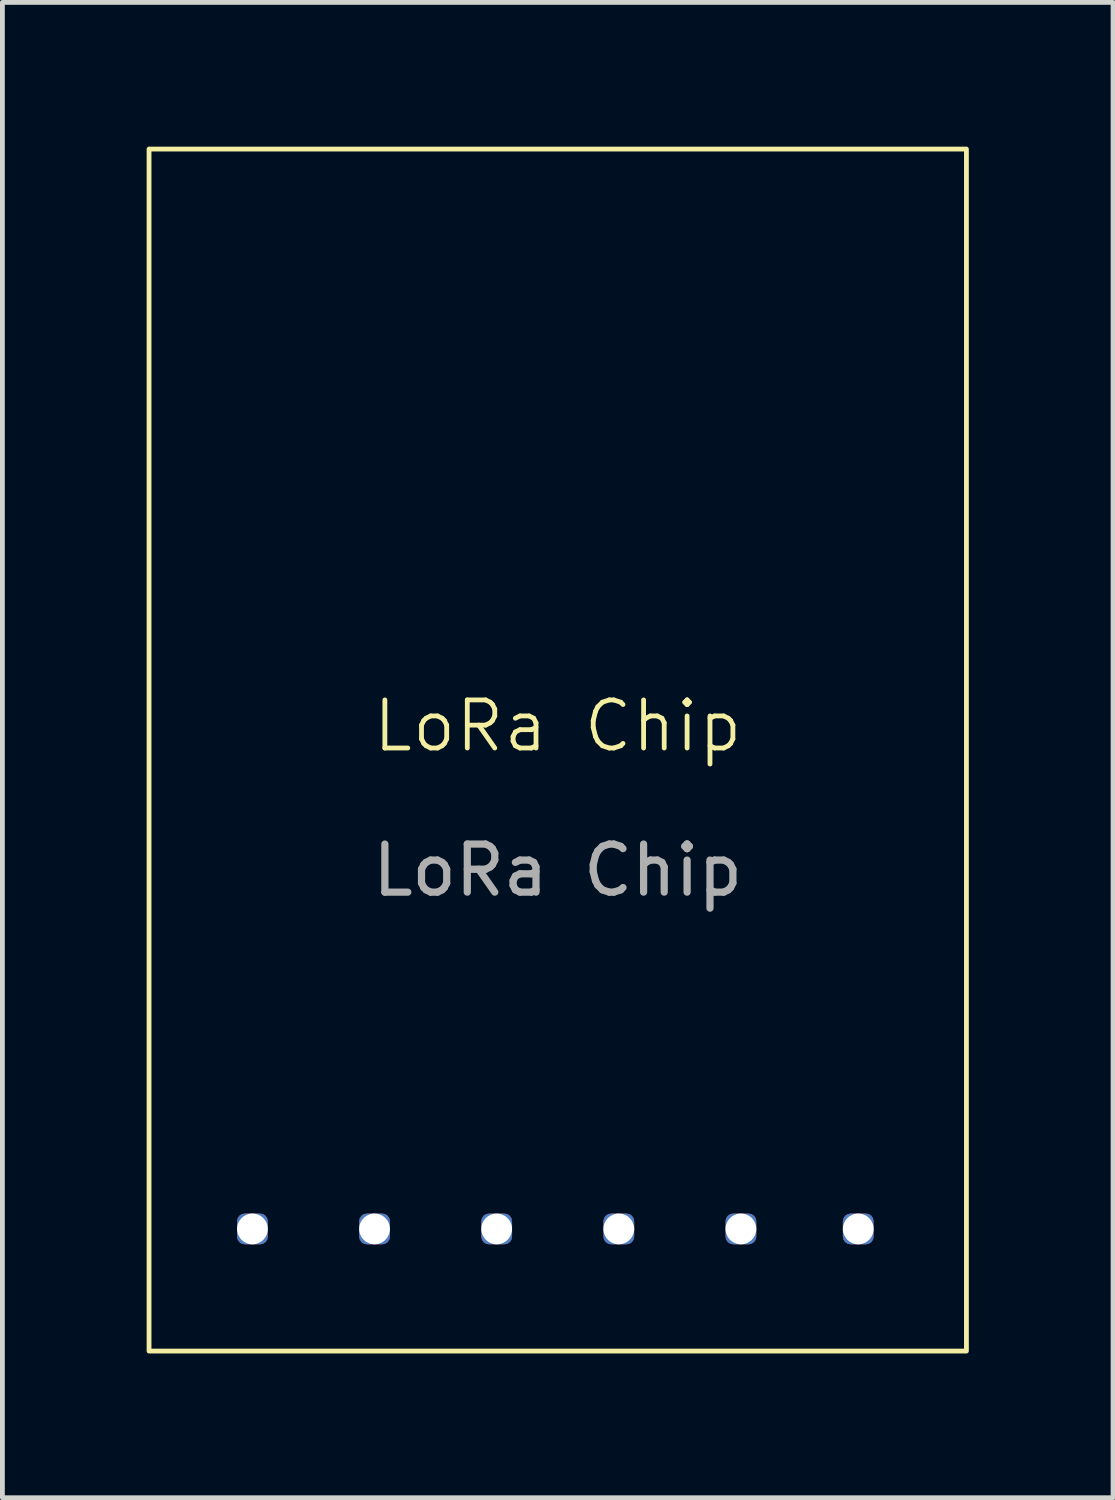
<source format=kicad_pcb>
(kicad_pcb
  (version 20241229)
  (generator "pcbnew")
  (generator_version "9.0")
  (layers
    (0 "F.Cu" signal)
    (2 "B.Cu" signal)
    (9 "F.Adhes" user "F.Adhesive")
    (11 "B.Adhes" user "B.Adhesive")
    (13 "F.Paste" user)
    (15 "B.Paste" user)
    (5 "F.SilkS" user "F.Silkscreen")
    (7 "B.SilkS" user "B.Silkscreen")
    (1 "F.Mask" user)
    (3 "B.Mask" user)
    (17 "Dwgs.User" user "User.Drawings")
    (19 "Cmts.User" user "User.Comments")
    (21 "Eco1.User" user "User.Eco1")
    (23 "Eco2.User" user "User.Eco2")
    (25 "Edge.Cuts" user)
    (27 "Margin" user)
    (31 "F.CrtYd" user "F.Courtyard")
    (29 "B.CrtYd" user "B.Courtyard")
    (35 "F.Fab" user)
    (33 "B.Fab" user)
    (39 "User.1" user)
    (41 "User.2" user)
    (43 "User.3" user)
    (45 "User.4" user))
  (footprint "LoRa Chip"
    (layer "F.Cu")
    (at 8.55 12.55)
    (property "Reference" "LoRa Chip" (at 0 -0.5 0) (unlocked yes) (layer "F.SilkS") (effects (font (size 1 1) (thickness 0.1))))
    (attr smd)
    (fp_rect (start -8.5 -12.5) (end 8.5 12.5) (stroke (width 0.1) (type default)) (fill no) (layer "F.SilkS"))
    (fp_text user "${REFERENCE}" (at 0 2.5 0) (unlocked yes) (layer "F.Fab") (effects (font (size 1 1) (thickness 0.15))))
    (pad "1" thru_hole roundrect (at -6.35 9.96) (size 0.64 0.64) (drill 0.64) (layers "*.Cu" "*.Mask") (roundrect_rratio 0.25))
    (pad "2" thru_hole roundrect (at -3.81 9.96) (size 0.64 0.64) (drill 0.64) (layers "*.Cu" "*.Mask") (roundrect_rratio 0.25))
    (pad "3" thru_hole roundrect (at -1.27 9.96) (size 0.64 0.64) (drill 0.64) (layers "*.Cu" "*.Mask") (roundrect_rratio 0.25))
    (pad "4" thru_hole roundrect (at 1.27 9.96) (size 0.64 0.64) (drill 0.64) (layers "*.Cu" "*.Mask") (roundrect_rratio 0.25))
    (pad "5" thru_hole roundrect (at 3.81 9.96) (size 0.64 0.64) (drill 0.64) (layers "*.Cu" "*.Mask") (roundrect_rratio 0.25))
    (pad "6" thru_hole roundrect (at 6.25 9.96) (size 0.64 0.64) (drill 0.64) (layers "*.Cu" "*.Mask") (roundrect_rratio 0.25)))
  (gr_rect
    (start -3 -3)
    (end 20.1 28.1)
    (stroke (width 0.1) (type default))
    (fill no)
    (layer "Edge.Cuts")))
</source>
